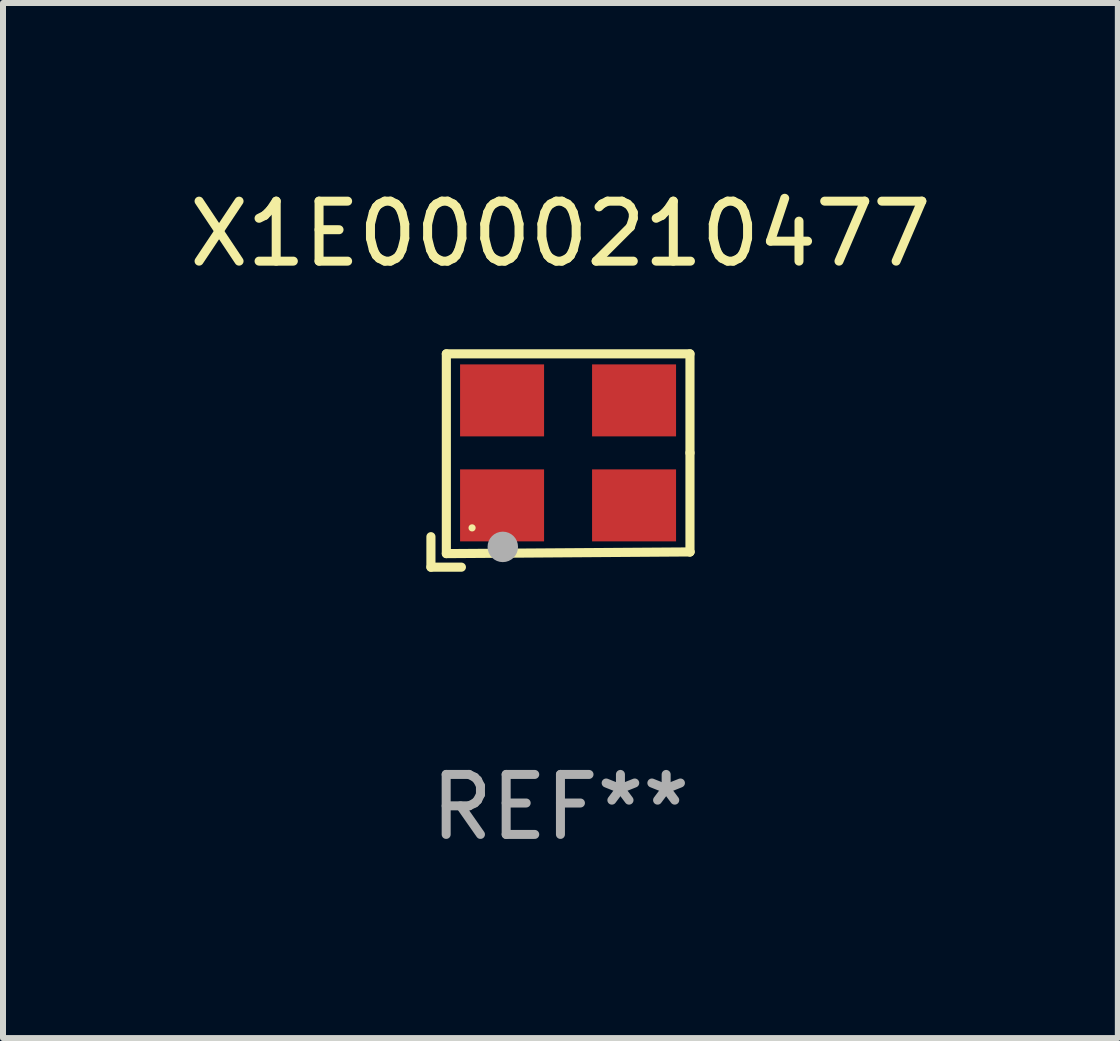
<source format=kicad_pcb>
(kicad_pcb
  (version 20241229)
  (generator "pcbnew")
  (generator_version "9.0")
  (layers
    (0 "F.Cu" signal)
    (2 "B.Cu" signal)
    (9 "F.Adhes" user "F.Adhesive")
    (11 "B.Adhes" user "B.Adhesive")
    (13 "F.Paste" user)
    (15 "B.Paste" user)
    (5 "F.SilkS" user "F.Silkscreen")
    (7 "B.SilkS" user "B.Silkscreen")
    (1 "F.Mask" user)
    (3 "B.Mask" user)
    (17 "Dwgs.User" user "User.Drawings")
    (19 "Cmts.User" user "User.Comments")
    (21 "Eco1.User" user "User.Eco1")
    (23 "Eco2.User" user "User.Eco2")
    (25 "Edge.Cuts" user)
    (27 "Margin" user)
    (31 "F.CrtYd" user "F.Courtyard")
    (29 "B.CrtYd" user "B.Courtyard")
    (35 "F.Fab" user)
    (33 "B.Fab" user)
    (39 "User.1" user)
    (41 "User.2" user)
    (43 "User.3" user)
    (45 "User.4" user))
  (footprint "X1E0000210477"
    (layer "F.Cu")
    (at 6.292 4.626)
    (property "Reference" "X1E0000210477" (at 0 -3.778 0) (layer "F.SilkS") (effects (font (size 1 1) (thickness 0.15))))
    (attr through_hole)
    (fp_line (start -2.159 1.27) (end -2.159 1.778) (stroke (width 0.152) (type solid)) (layer "F.SilkS"))
    (fp_line (start -2.159 1.778) (end -1.651 1.778) (stroke (width 0.152) (type solid)) (layer "F.SilkS"))
    (fp_line (start -1.902 -1.778) (end 2.159 -1.778) (stroke (width 0.152) (type solid)) (layer "F.SilkS"))
    (fp_line (start -1.902 1.552) (end -1.902 -1.778) (stroke (width 0.152) (type solid)) (layer "F.SilkS"))
    (fp_line (start 2.159 -1.778) (end 2.159 -0.127) (stroke (width 0.152) (type solid)) (layer "F.SilkS"))
    (fp_line (start 2.159 -0.127) (end 2.159 1.524) (stroke (width 0.152) (type solid)) (layer "F.SilkS"))
    (fp_line (start 2.159 1.524) (end -1.902 1.552) (stroke (width 0.152) (type solid)) (layer "F.SilkS"))
    (fp_line (start 2.159 1.524) (end 2.159 1.524) (stroke (width 0.152) (type solid)) (layer "F.SilkS"))
    (fp_circle (center -1.473 1.123) (end -1.443 1.123) (stroke (width 0.06) (type solid)) (fill no) (layer "F.SilkS"))
    (fp_circle (center -0.961 1.44) (end -0.834 1.44) (stroke (width 0.254) (type solid)) (fill no) (layer "F.Fab"))
    (fp_text user "REF**" (at 0 5.778 0) (layer "F.Fab") (effects (font (size 1 1) (thickness 0.15))))
    (pad "1" smd rect (at -0.973 0.748) (size 1.4 1.2) (layers "F.Cu" "F.Mask" "F.Paste"))
    (pad "2" smd rect (at 1.227 0.748) (size 1.4 1.2) (layers "F.Cu" "F.Mask" "F.Paste"))
    (pad "3" smd rect (at 1.227 -1.002) (size 1.4 1.2) (layers "F.Cu" "F.Mask" "F.Paste"))
    (pad "4" smd rect (at -0.973 -1.002) (size 1.4 1.2) (layers "F.Cu" "F.Mask" "F.Paste")))
  (gr_rect
    (start -3 -3)
    (end 15.583 14.253)
    (stroke (width 0.1) (type default))
    (fill no)
    (layer "Edge.Cuts")))
</source>
